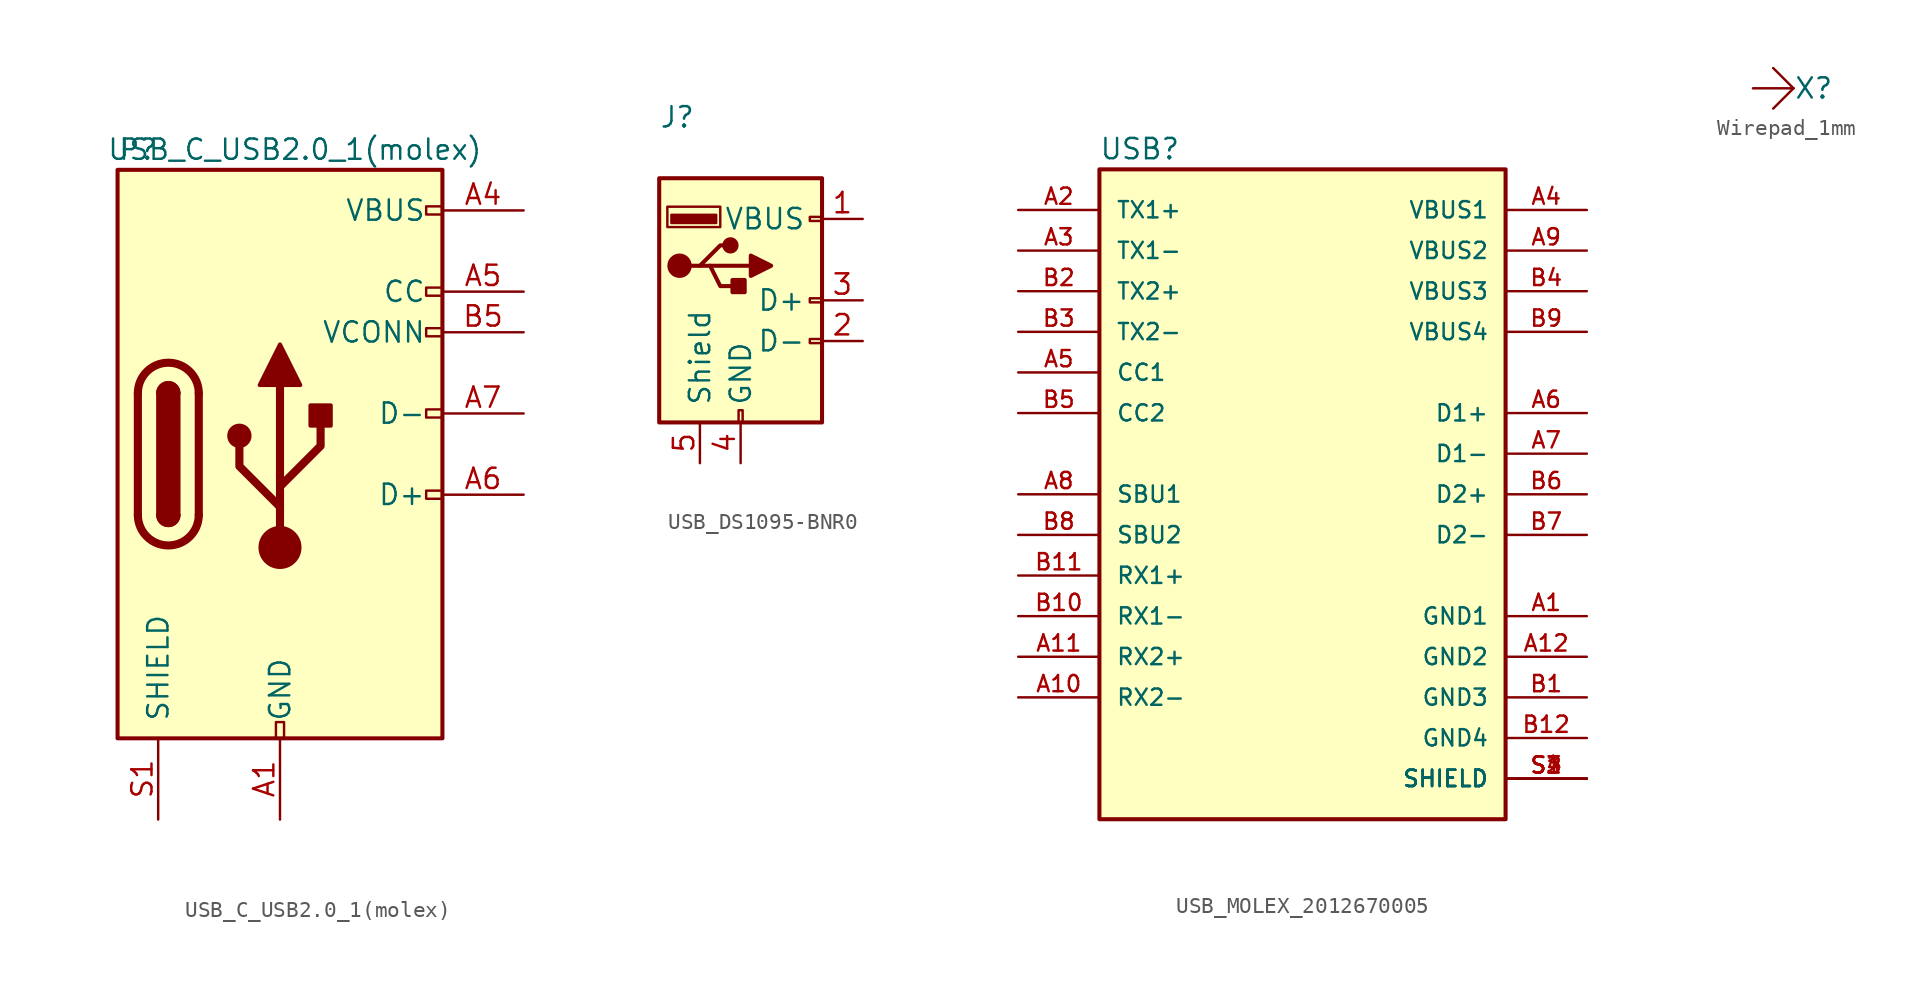
<source format=kicad_sym>
(kicad_symbol_lib
  (version 20211014)
  (generator kicad_symbol_editor)
  (symbol "USB_C_USB2.0_1(molex)"
    (pin_names
      (offset 1.016))
    (property "Reference" "P"
      (at -10.16 19.05 0)
      (effects (font (size 1.27 1.27)) (justify left)))
    (property "Value" "USB_C_USB2.0_1(molex)"
      (at 12.7 19.05 0)
      (effects (font (size 1.27 1.27)) (justify right)))
    (symbol "USB_C_USB2.0_1(molex)_0_0"
      (rectangle (start -0.254 -17.78) (end 0.254 -16.764) (stroke (width 0) (type default) (color 0 0 0 0)) (fill (type none)))
      (rectangle (start 10.16 -2.286) (end 9.144 -2.794) (stroke (width 0) (type default) (color 0 0 0 0)) (fill (type none)))
      (rectangle (start 10.16 2.794) (end 9.144 2.286) (stroke (width 0) (type default) (color 0 0 0 0)) (fill (type none)))
      (rectangle (start 10.16 7.874) (end 9.144 7.366) (stroke (width 0) (type default) (color 0 0 0 0)) (fill (type none)))
      (rectangle (start 10.16 10.414) (end 9.144 9.906) (stroke (width 0) (type default) (color 0 0 0 0)) (fill (type none)))
      (rectangle (start 10.16 15.494) (end 9.144 14.986) (stroke (width 0) (type default) (color 0 0 0 0)) (fill (type none))))
    (symbol "USB_C_USB2.0_1(molex)_0_1"
      (rectangle (start -10.16 17.78) (end 10.16 -17.78) (stroke (width 0.254) (type default) (color 0 0 0 0)) (fill (type background)))
      (arc (start -8.89 -3.81) (mid -6.985 -5.715) (end -5.08 -3.81) (stroke (width 0.508) (type default) (color 0 0 0 0)) (fill (type none)))
      (arc (start -7.62 -3.81) (mid -6.985 -4.445) (end -6.35 -3.81) (stroke (width 0.254) (type default) (color 0 0 0 0)) (fill (type none)))
      (arc (start -7.62 -3.81) (mid -6.985 -4.445) (end -6.35 -3.81) (stroke (width 0.254) (type default) (color 0 0 0 0)) (fill (type outline)))
      (rectangle (start -7.62 -3.81) (end -6.35 3.81) (stroke (width 0.254) (type default) (color 0 0 0 0)) (fill (type outline)))
      (arc (start -6.35 3.81) (mid -6.985 4.445) (end -7.62 3.81) (stroke (width 0.254) (type default) (color 0 0 0 0)) (fill (type none)))
      (arc (start -6.35 3.81) (mid -6.985 4.445) (end -7.62 3.81) (stroke (width 0.254) (type default) (color 0 0 0 0)) (fill (type outline)))
      (arc (start -5.08 3.81) (mid -6.985 5.715) (end -8.89 3.81) (stroke (width 0.508) (type default) (color 0 0 0 0)) (fill (type none)))
      (circle (center -2.54 1.143) (radius 0.635) (stroke (width 0.254) (type default) (color 0 0 0 0)) (fill (type outline)))
      (circle (center 0 -5.842) (radius 1.27) (stroke (width 0) (type default) (color 0 0 0 0)) (fill (type outline)))
      (polyline (pts (xy -8.89 -3.81) (xy -8.89 3.81)) (stroke (width 0.508) (type default) (color 0 0 0 0)) (fill (type none)))
      (polyline (pts (xy -5.08 3.81) (xy -5.08 -3.81)) (stroke (width 0.508) (type default) (color 0 0 0 0)) (fill (type none)))
      (polyline (pts (xy 0 -5.842) (xy 0 4.318)) (stroke (width 0.508) (type default) (color 0 0 0 0)) (fill (type none)))
      (polyline (pts (xy 0 -3.302) (xy -2.54 -0.762) (xy -2.54 0.508)) (stroke (width 0.508) (type default) (color 0 0 0 0)) (fill (type none)))
      (polyline (pts (xy 0 -2.032) (xy 2.54 0.508) (xy 2.54 1.778)) (stroke (width 0.508) (type default) (color 0 0 0 0)) (fill (type none)))
      (polyline (pts (xy -1.27 4.318) (xy 0 6.858) (xy 1.27 4.318) (xy -1.27 4.318)) (stroke (width 0.254) (type default) (color 0 0 0 0)) (fill (type outline)))
      (rectangle (start 1.905 1.778) (end 3.175 3.048) (stroke (width 0.254) (type default) (color 0 0 0 0)) (fill (type outline))))
    (symbol "USB_C_USB2.0_1(molex)_1_1"
      (pin passive line (at 0 -22.86 90) (length 5.08) (name "GND" (effects (font (size 1.27 1.27)))) (number "A1" (effects (font (size 1.27 1.27)))))
      (pin passive line (at 0 -22.86 90) (length 5.08) hide (name "GND" (effects (font (size 1.27 1.27)))) (number "A12" (effects (font (size 1.27 1.27)))))
      (pin passive line (at 15.24 15.24 180) (length 5.08) (name "VBUS" (effects (font (size 1.27 1.27)))) (number "A4" (effects (font (size 1.27 1.27)))))
      (pin bidirectional line (at 15.24 10.16 180) (length 5.08) (name "CC" (effects (font (size 1.27 1.27)))) (number "A5" (effects (font (size 1.27 1.27)))))
      (pin bidirectional line (at 15.24 -2.54 180) (length 5.08) (name "D+" (effects (font (size 1.27 1.27)))) (number "A6" (effects (font (size 1.27 1.27)))))
      (pin bidirectional line (at 15.24 2.54 180) (length 5.08) (name "D-" (effects (font (size 1.27 1.27)))) (number "A7" (effects (font (size 1.27 1.27)))))
      (pin passive line (at 15.24 15.24 180) (length 5.08) hide (name "VBUS" (effects (font (size 1.27 1.27)))) (number "A9" (effects (font (size 1.27 1.27)))))
      (pin passive line (at 0 -22.86 90) (length 5.08) hide (name "GND" (effects (font (size 1.27 1.27)))) (number "B1" (effects (font (size 1.27 1.27)))))
      (pin passive line (at 0 -22.86 90) (length 5.08) hide (name "GND" (effects (font (size 1.27 1.27)))) (number "B12" (effects (font (size 1.27 1.27)))))
      (pin passive line (at 15.24 15.24 180) (length 5.08) hide (name "VBUS" (effects (font (size 1.27 1.27)))) (number "B4" (effects (font (size 1.27 1.27)))))
      (pin bidirectional line (at 15.24 7.62 180) (length 5.08) (name "VCONN" (effects (font (size 1.27 1.27)))) (number "B5" (effects (font (size 1.27 1.27)))))
      (pin passive line (at 15.24 15.24 180) (length 5.08) hide (name "VBUS" (effects (font (size 1.27 1.27)))) (number "B9" (effects (font (size 1.27 1.27)))))
      (pin passive line (at -7.62 -22.86 90) (length 5.08) (name "SHIELD" (effects (font (size 1.27 1.27)))) (number "S1" (effects (font (size 1.27 1.27)))))))
  (symbol "USB_DS1095-BNR0"
    (pin_names
      (offset 1.016))
    (property "Reference" "J"
      (at -5.08 11.43 0)
      (effects (font (size 1.27 1.27)) (justify left)))
    (symbol "USB_DS1095-BNR0_0_1"
      (rectangle (start -5.08 -7.62) (end 5.08 7.62) (stroke (width 0.254) (type default) (color 0 0 0 0)) (fill (type background)))
      (circle (center -3.81 2.159) (radius 0.635) (stroke (width 0.254) (type default) (color 0 0 0 0)) (fill (type outline)))
      (rectangle (start -1.524 4.826) (end -4.318 5.334) (stroke (width 0) (type default) (color 0 0 0 0)) (fill (type outline)))
      (rectangle (start -1.27 4.572) (end -4.572 5.842) (stroke (width 0) (type default) (color 0 0 0 0)) (fill (type none)))
      (circle (center -0.635 3.429) (radius 0.381) (stroke (width 0.254) (type default) (color 0 0 0 0)) (fill (type outline)))
      (rectangle (start -0.127 -7.62) (end 0.127 -6.858) (stroke (width 0) (type default) (color 0 0 0 0)) (fill (type none)))
      (polyline (pts (xy -3.175 2.159) (xy -2.54 2.159) (xy -1.27 3.429) (xy -0.635 3.429)) (stroke (width 0.254) (type default) (color 0 0 0 0)) (fill (type none)))
      (polyline (pts (xy -2.54 2.159) (xy -1.905 2.159) (xy -1.27 0.889) (xy 0 0.889)) (stroke (width 0.254) (type default) (color 0 0 0 0)) (fill (type none)))
      (polyline (pts (xy 0.635 2.794) (xy 0.635 1.524) (xy 1.905 2.159) (xy 0.635 2.794)) (stroke (width 0.254) (type default) (color 0 0 0 0)) (fill (type outline)))
      (rectangle (start 0.254 1.27) (end -0.508 0.508) (stroke (width 0.254) (type default) (color 0 0 0 0)) (fill (type outline)))
      (rectangle (start 5.08 -2.667) (end 4.318 -2.413) (stroke (width 0) (type default) (color 0 0 0 0)) (fill (type none)))
      (rectangle (start 5.08 -0.127) (end 4.318 0.127) (stroke (width 0) (type default) (color 0 0 0 0)) (fill (type none)))
      (rectangle (start 5.08 4.953) (end 4.318 5.207) (stroke (width 0) (type default) (color 0 0 0 0)) (fill (type none))))
    (symbol "USB_DS1095-BNR0_1_1"
      (polyline (pts (xy -1.905 2.159) (xy 0.635 2.159)) (stroke (width 0.254) (type default) (color 0 0 0 0)) (fill (type none)))
      (pin power_in line (at 7.62 5.08 180) (length 2.54) (name "VBUS" (effects (font (size 1.27 1.27)))) (number "1" (effects (font (size 1.27 1.27)))))
      (pin bidirectional line (at 7.62 -2.54 180) (length 2.54) (name "D-" (effects (font (size 1.27 1.27)))) (number "2" (effects (font (size 1.27 1.27)))))
      (pin bidirectional line (at 7.62 0 180) (length 2.54) (name "D+" (effects (font (size 1.27 1.27)))) (number "3" (effects (font (size 1.27 1.27)))))
      (pin power_in line (at 0 -10.16 90) (length 2.54) (name "GND" (effects (font (size 1.27 1.27)))) (number "4" (effects (font (size 1.27 1.27)))))
      (pin passive line (at -2.54 -10.16 90) (length 2.54) (name "Shield" (effects (font (size 1.27 1.27)))) (number "5" (effects (font (size 1.27 1.27)))))))
  (symbol "USB_MOLEX_2012670005"
    (pin_names
      (offset 1.016))
    (property "Reference" "USB"
      (at -12.725 20.853 0)
      (effects (font (size 1.27 1.27)) (justify left bottom)))
    (symbol "USB_MOLEX_2012670005_0_0"
      (rectangle (start -12.7 -20.32) (end 12.7 20.32) (stroke (width 0.254) (type default) (color 0 0 0 0)) (fill (type background)))
      (pin power_in line (at 17.78 -7.62 180) (length 5.08) (name "GND1" (effects (font (size 1.016 1.016)))) (number "A1" (effects (font (size 1.016 1.016)))))
      (pin passive line (at -17.78 -12.7 0) (length 5.08) (name "RX2-" (effects (font (size 1.016 1.016)))) (number "A10" (effects (font (size 1.016 1.016)))))
      (pin passive line (at -17.78 -10.16 0) (length 5.08) (name "RX2+" (effects (font (size 1.016 1.016)))) (number "A11" (effects (font (size 1.016 1.016)))))
      (pin power_in line (at 17.78 -10.16 180) (length 5.08) (name "GND2" (effects (font (size 1.016 1.016)))) (number "A12" (effects (font (size 1.016 1.016)))))
      (pin passive line (at -17.78 17.78 0) (length 5.08) (name "TX1+" (effects (font (size 1.016 1.016)))) (number "A2" (effects (font (size 1.016 1.016)))))
      (pin passive line (at -17.78 15.24 0) (length 5.08) (name "TX1-" (effects (font (size 1.016 1.016)))) (number "A3" (effects (font (size 1.016 1.016)))))
      (pin power_in line (at 17.78 17.78 180) (length 5.08) (name "VBUS1" (effects (font (size 1.016 1.016)))) (number "A4" (effects (font (size 1.016 1.016)))))
      (pin passive line (at -17.78 7.62 0) (length 5.08) (name "CC1" (effects (font (size 1.016 1.016)))) (number "A5" (effects (font (size 1.016 1.016)))))
      (pin passive line (at 17.78 5.08 180) (length 5.08) (name "D1+" (effects (font (size 1.016 1.016)))) (number "A6" (effects (font (size 1.016 1.016)))))
      (pin passive line (at 17.78 2.54 180) (length 5.08) (name "D1-" (effects (font (size 1.016 1.016)))) (number "A7" (effects (font (size 1.016 1.016)))))
      (pin passive line (at -17.78 0 0) (length 5.08) (name "SBU1" (effects (font (size 1.016 1.016)))) (number "A8" (effects (font (size 1.016 1.016)))))
      (pin power_in line (at 17.78 15.24 180) (length 5.08) (name "VBUS2" (effects (font (size 1.016 1.016)))) (number "A9" (effects (font (size 1.016 1.016)))))
      (pin power_in line (at 17.78 -12.7 180) (length 5.08) (name "GND3" (effects (font (size 1.016 1.016)))) (number "B1" (effects (font (size 1.016 1.016)))))
      (pin passive line (at -17.78 -7.62 0) (length 5.08) (name "RX1-" (effects (font (size 1.016 1.016)))) (number "B10" (effects (font (size 1.016 1.016)))))
      (pin passive line (at -17.78 -5.08 0) (length 5.08) (name "RX1+" (effects (font (size 1.016 1.016)))) (number "B11" (effects (font (size 1.016 1.016)))))
      (pin power_in line (at 17.78 -15.24 180) (length 5.08) (name "GND4" (effects (font (size 1.016 1.016)))) (number "B12" (effects (font (size 1.016 1.016)))))
      (pin passive line (at -17.78 12.7 0) (length 5.08) (name "TX2+" (effects (font (size 1.016 1.016)))) (number "B2" (effects (font (size 1.016 1.016)))))
      (pin passive line (at -17.78 10.16 0) (length 5.08) (name "TX2-" (effects (font (size 1.016 1.016)))) (number "B3" (effects (font (size 1.016 1.016)))))
      (pin power_in line (at 17.78 12.7 180) (length 5.08) (name "VBUS3" (effects (font (size 1.016 1.016)))) (number "B4" (effects (font (size 1.016 1.016)))))
      (pin passive line (at -17.78 5.08 0) (length 5.08) (name "CC2" (effects (font (size 1.016 1.016)))) (number "B5" (effects (font (size 1.016 1.016)))))
      (pin passive line (at 17.78 0 180) (length 5.08) (name "D2+" (effects (font (size 1.016 1.016)))) (number "B6" (effects (font (size 1.016 1.016)))))
      (pin passive line (at 17.78 -2.54 180) (length 5.08) (name "D2-" (effects (font (size 1.016 1.016)))) (number "B7" (effects (font (size 1.016 1.016)))))
      (pin passive line (at -17.78 -2.54 0) (length 5.08) (name "SBU2" (effects (font (size 1.016 1.016)))) (number "B8" (effects (font (size 1.016 1.016)))))
      (pin power_in line (at 17.78 10.16 180) (length 5.08) (name "VBUS4" (effects (font (size 1.016 1.016)))) (number "B9" (effects (font (size 1.016 1.016)))))
      (pin power_in line (at 17.78 -17.78 180) (length 5.08) (name "SHIELD" (effects (font (size 1.016 1.016)))) (number "S1" (effects (font (size 1.016 1.016)))))
      (pin power_in line (at 17.78 -17.78 180) (length 5.08) (name "SHIELD" (effects (font (size 1.016 1.016)))) (number "S2" (effects (font (size 1.016 1.016)))))
      (pin power_in line (at 17.78 -17.78 180) (length 5.08) (name "SHIELD" (effects (font (size 1.016 1.016)))) (number "S3" (effects (font (size 1.016 1.016)))))
      (pin power_in line (at 17.78 -17.78 180) (length 5.08) (name "SHIELD" (effects (font (size 1.016 1.016)))) (number "S4" (effects (font (size 1.016 1.016)))))))
  (symbol "Wirepad_1mm"
    (property "Reference" "X"
      (at 2.54 0 0)
      (effects (font (size 1.27 1.27))))
    (symbol "Wirepad_1mm_0_1"
      (polyline (pts (xy -1.27 0) (xy 1.27 0)) (stroke (width 0) (type default) (color 0 0 0 0)) (fill (type none)))
      (polyline (pts (xy 1.27 0) (xy 0 -1.27)) (stroke (width 0) (type default) (color 0 0 0 0)) (fill (type none)))
      (polyline (pts (xy 1.27 0) (xy 0 1.27)) (stroke (width 0) (type default) (color 0 0 0 0)) (fill (type none))))
    (symbol "Wirepad_1mm_1_1"
      (pin input line (at -1.27 0 0) (length 2.54) hide (name "X" (effects (font (size 1.27 1.27)))) (number "" (effects (font (size 1.27 1.27))))))))
</source>
